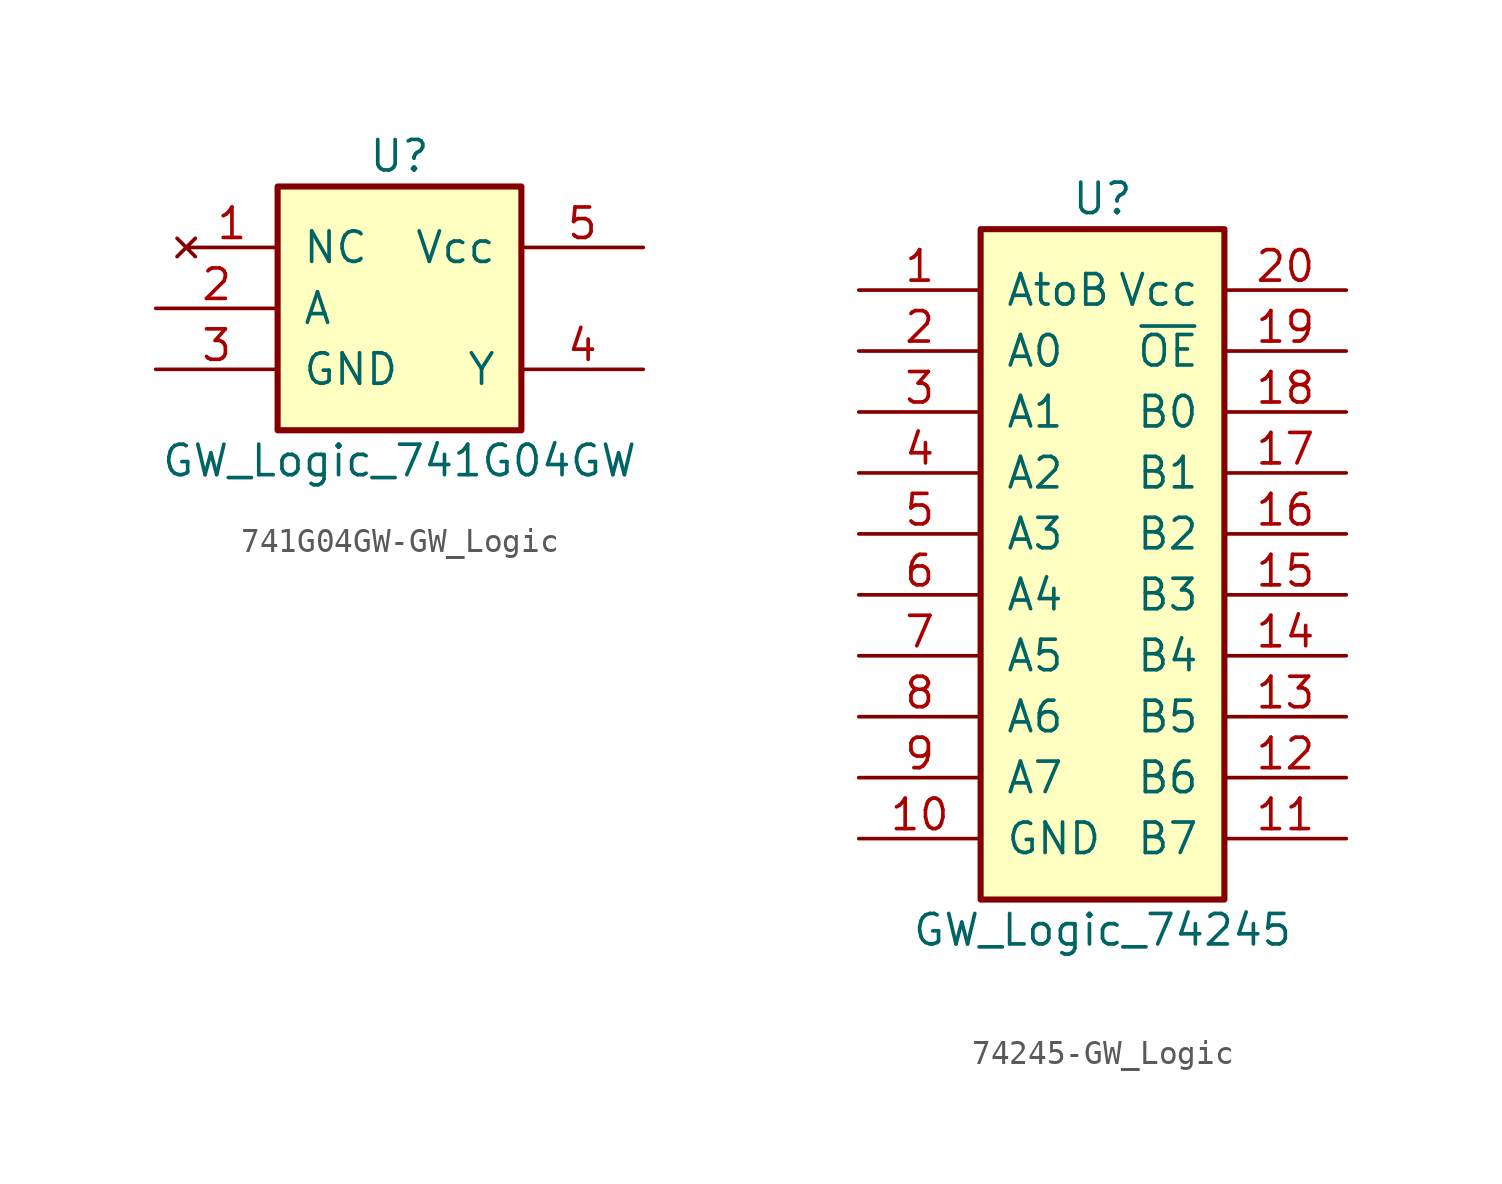
<source format=kicad_sym>
(kicad_symbol_lib
  (version 20220914)
  (generator kicad_symbol_editor)
  (symbol "741G04GW-GW_Logic"
    (pin_names
      (offset 1.016))
    (property "Reference" "U"
      (at 0 6.35 0)
      (effects (font (size 1.27 1.27))))
    (property "Value" "GW_Logic_741G04GW"
      (at 0 -6.35 0)
      (effects (font (size 1.27 1.27))))
    (symbol "741G04GW-GW_Logic_0_1"
      (rectangle (start 5.08 -5.08) (end -5.08 5.08) (stroke (width 0.254) (type solid)) (fill (type background))))
    (symbol "741G04GW-GW_Logic_1_1"
      (pin no_connect line (at -8.89 2.54 0) (length 3.81) (name "NC" (effects (font (size 1.27 1.27)))) (number "1" (effects (font (size 1.27 1.27)))))
      (pin input line (at -10.16 0 0) (length 5.08) (name "A" (effects (font (size 1.27 1.27)))) (number "2" (effects (font (size 1.27 1.27)))))
      (pin power_in line (at -10.16 -2.54 0) (length 5.08) (name "GND" (effects (font (size 1.27 1.27)))) (number "3" (effects (font (size 1.27 1.27)))))
      (pin output line (at 10.16 -2.54 180) (length 5.08) (name "Y" (effects (font (size 1.27 1.27)))) (number "4" (effects (font (size 1.27 1.27)))))
      (pin power_in line (at 10.16 2.54 180) (length 5.08) (name "Vcc" (effects (font (size 1.27 1.27)))) (number "5" (effects (font (size 1.27 1.27)))))))
  (symbol "74245-GW_Logic"
    (pin_names
      (offset 1.016))
    (property "Reference" "U"
      (at 0 15.24 0)
      (effects (font (size 1.27 1.27))))
    (property "Value" "GW_Logic_74245"
      (at 0 -15.24 0)
      (effects (font (size 1.27 1.27))))
    (symbol "74245-GW_Logic_0_1"
      (rectangle (start -5.08 13.97) (end 5.08 -13.97) (stroke (width 0.254) (type solid)) (fill (type background))))
    (symbol "74245-GW_Logic_1_1"
      (pin input line (at -10.16 11.43 0) (length 5.08) (name "AtoB" (effects (font (size 1.27 1.27)))) (number "1" (effects (font (size 1.27 1.27)))))
      (pin power_in line (at -10.16 -11.43 0) (length 5.08) (name "GND" (effects (font (size 1.27 1.27)))) (number "10" (effects (font (size 1.27 1.27)))))
      (pin bidirectional line (at 10.16 -11.43 180) (length 5.08) (name "B7" (effects (font (size 1.27 1.27)))) (number "11" (effects (font (size 1.27 1.27)))))
      (pin bidirectional line (at 10.16 -8.89 180) (length 5.08) (name "B6" (effects (font (size 1.27 1.27)))) (number "12" (effects (font (size 1.27 1.27)))))
      (pin bidirectional line (at 10.16 -6.35 180) (length 5.08) (name "B5" (effects (font (size 1.27 1.27)))) (number "13" (effects (font (size 1.27 1.27)))))
      (pin bidirectional line (at 10.16 -3.81 180) (length 5.08) (name "B4" (effects (font (size 1.27 1.27)))) (number "14" (effects (font (size 1.27 1.27)))))
      (pin bidirectional line (at 10.16 -1.27 180) (length 5.08) (name "B3" (effects (font (size 1.27 1.27)))) (number "15" (effects (font (size 1.27 1.27)))))
      (pin bidirectional line (at 10.16 1.27 180) (length 5.08) (name "B2" (effects (font (size 1.27 1.27)))) (number "16" (effects (font (size 1.27 1.27)))))
      (pin bidirectional line (at 10.16 3.81 180) (length 5.08) (name "B1" (effects (font (size 1.27 1.27)))) (number "17" (effects (font (size 1.27 1.27)))))
      (pin bidirectional line (at 10.16 6.35 180) (length 5.08) (name "B0" (effects (font (size 1.27 1.27)))) (number "18" (effects (font (size 1.27 1.27)))))
      (pin input line (at 10.16 8.89 180) (length 5.08) (name "~{OE}" (effects (font (size 1.27 1.27)))) (number "19" (effects (font (size 1.27 1.27)))))
      (pin bidirectional line (at -10.16 8.89 0) (length 5.08) (name "A0" (effects (font (size 1.27 1.27)))) (number "2" (effects (font (size 1.27 1.27)))))
      (pin power_in line (at 10.16 11.43 180) (length 5.08) (name "Vcc" (effects (font (size 1.27 1.27)))) (number "20" (effects (font (size 1.27 1.27)))))
      (pin bidirectional line (at -10.16 6.35 0) (length 5.08) (name "A1" (effects (font (size 1.27 1.27)))) (number "3" (effects (font (size 1.27 1.27)))))
      (pin bidirectional line (at -10.16 3.81 0) (length 5.08) (name "A2" (effects (font (size 1.27 1.27)))) (number "4" (effects (font (size 1.27 1.27)))))
      (pin bidirectional line (at -10.16 1.27 0) (length 5.08) (name "A3" (effects (font (size 1.27 1.27)))) (number "5" (effects (font (size 1.27 1.27)))))
      (pin bidirectional line (at -10.16 -1.27 0) (length 5.08) (name "A4" (effects (font (size 1.27 1.27)))) (number "6" (effects (font (size 1.27 1.27)))))
      (pin bidirectional line (at -10.16 -3.81 0) (length 5.08) (name "A5" (effects (font (size 1.27 1.27)))) (number "7" (effects (font (size 1.27 1.27)))))
      (pin bidirectional line (at -10.16 -6.35 0) (length 5.08) (name "A6" (effects (font (size 1.27 1.27)))) (number "8" (effects (font (size 1.27 1.27)))))
      (pin bidirectional line (at -10.16 -8.89 0) (length 5.08) (name "A7" (effects (font (size 1.27 1.27)))) (number "9" (effects (font (size 1.27 1.27))))))))
</source>
